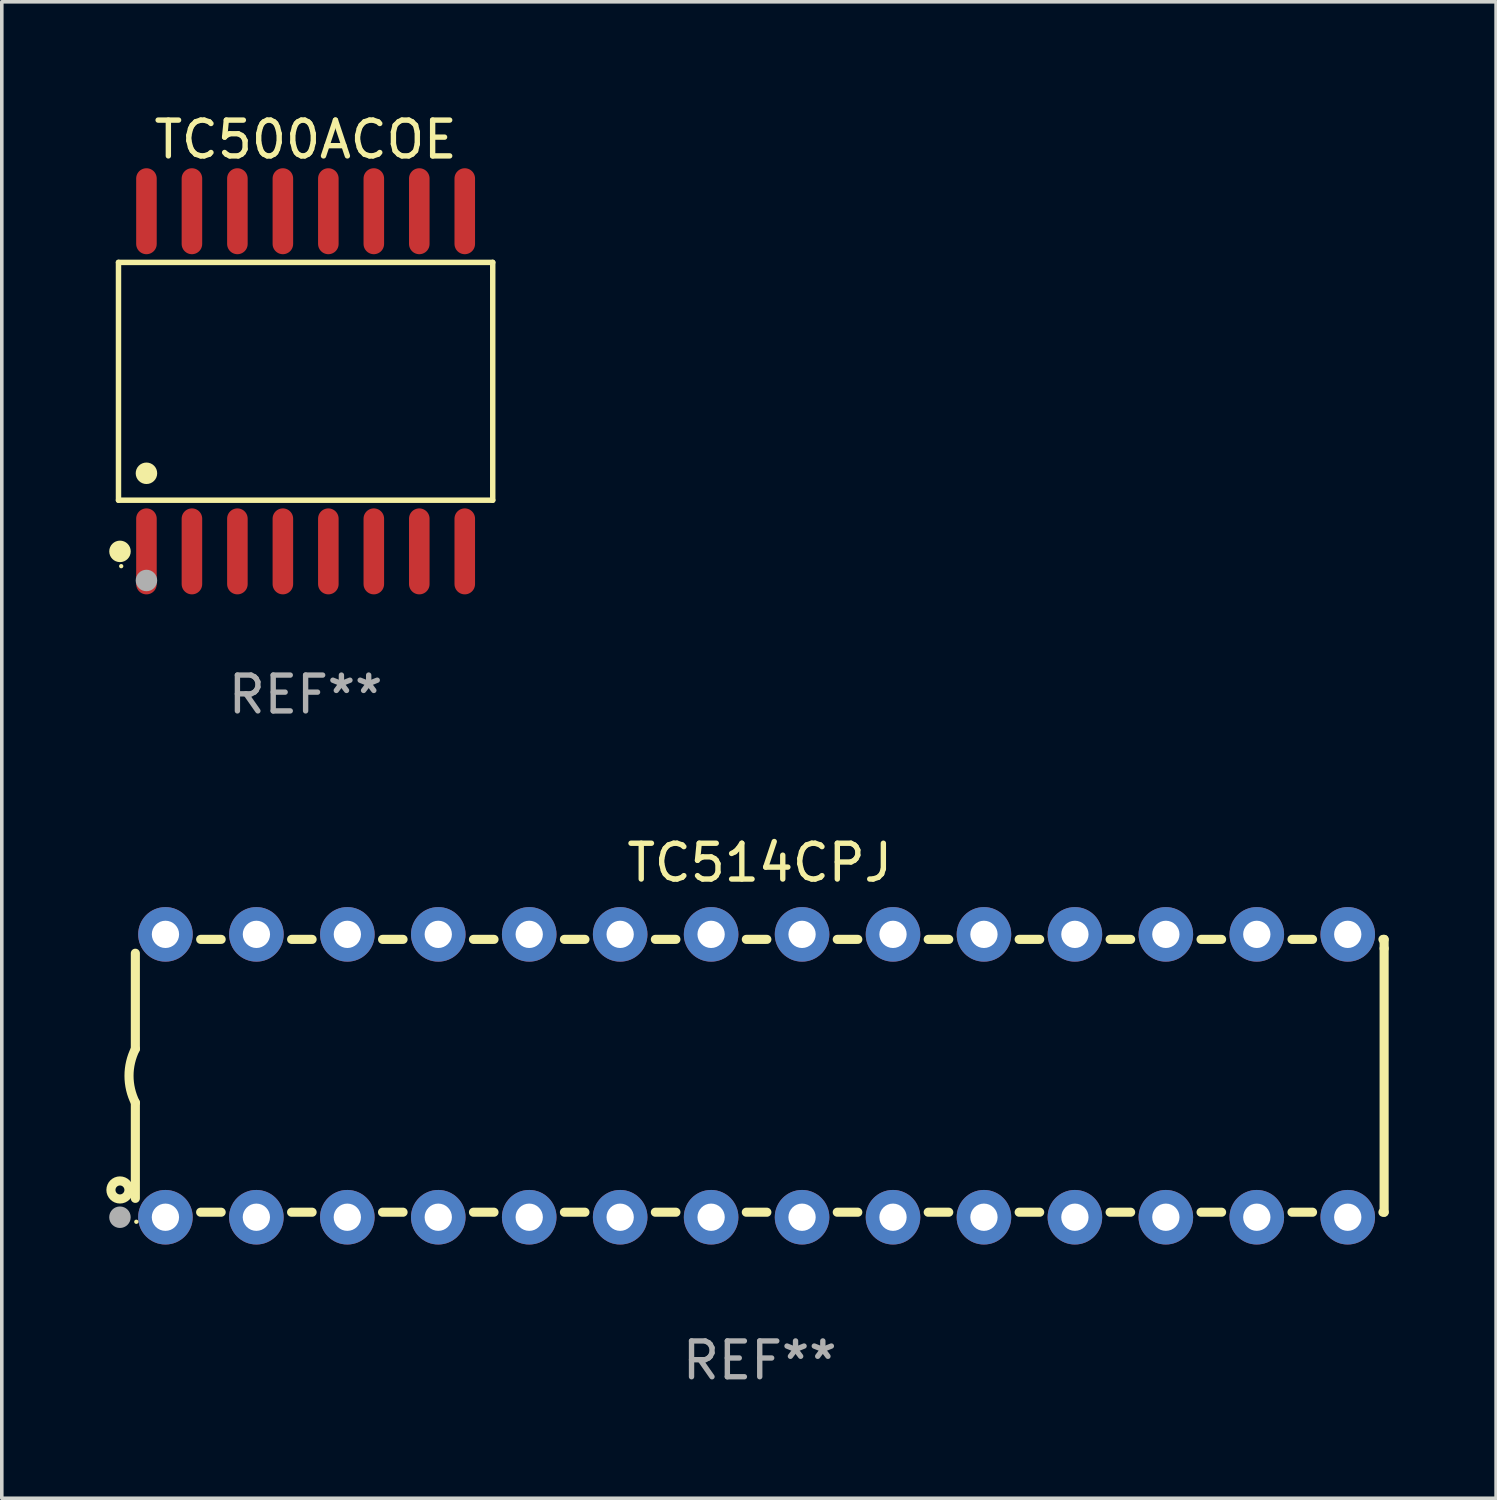
<source format=kicad_pcb>
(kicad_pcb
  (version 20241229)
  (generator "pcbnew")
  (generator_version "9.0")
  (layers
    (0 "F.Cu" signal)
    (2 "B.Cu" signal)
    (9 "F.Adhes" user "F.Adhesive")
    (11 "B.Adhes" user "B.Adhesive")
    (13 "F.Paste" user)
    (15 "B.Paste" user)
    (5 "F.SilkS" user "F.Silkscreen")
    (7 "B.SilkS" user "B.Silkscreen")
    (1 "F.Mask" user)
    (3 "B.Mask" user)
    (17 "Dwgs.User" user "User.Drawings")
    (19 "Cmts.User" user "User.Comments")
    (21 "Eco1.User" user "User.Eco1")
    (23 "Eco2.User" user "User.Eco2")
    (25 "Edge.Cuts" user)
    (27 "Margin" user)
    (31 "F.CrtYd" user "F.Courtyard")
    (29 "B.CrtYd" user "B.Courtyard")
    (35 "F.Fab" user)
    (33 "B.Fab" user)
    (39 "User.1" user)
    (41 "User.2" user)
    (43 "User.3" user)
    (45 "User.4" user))
  (footprint "TC500ACOE"
    (layer "F.Cu")
    (at 5.485 7.599)
    (property "Reference" "TC500ACOE" (at 0 -6.75 0) (layer "F.SilkS") (effects (font (size 1 1) (thickness 0.15))))
    (attr through_hole)
    (fp_line (start -5.226 -3.321) (end 5.226 -3.321) (stroke (width 0.152) (type solid)) (layer "F.SilkS"))
    (fp_line (start -5.226 3.321) (end -5.226 -3.321) (stroke (width 0.152) (type solid)) (layer "F.SilkS"))
    (fp_line (start 5.226 -3.321) (end 5.226 3.321) (stroke (width 0.152) (type solid)) (layer "F.SilkS"))
    (fp_line (start 5.226 3.321) (end -5.226 3.321) (stroke (width 0.152) (type solid)) (layer "F.SilkS"))
    (fp_circle (center -5.184 4.75) (end -5.034 4.75) (stroke (width 0.3) (type solid)) (fill no) (layer "F.SilkS"))
    (fp_circle (center -5.15 5.163) (end -5.12 5.163) (stroke (width 0.06) (type solid)) (fill no) (layer "F.SilkS"))
    (fp_circle (center -4.445 2.569) (end -4.295 2.569) (stroke (width 0.3) (type solid)) (fill no) (layer "F.SilkS"))
    (fp_circle (center -4.445 5.563) (end -4.295 5.563) (stroke (width 0.3) (type solid)) (fill no) (layer "F.Fab"))
    (fp_text user "REF**" (at 0 8.75 0) (layer "F.Fab") (effects (font (size 1 1) (thickness 0.15))))
    (pad "1" smd oval (at -4.445 4.75) (size 0.574 2.401) (layers "F.Cu" "F.Mask" "F.Paste"))
    (pad "2" smd oval (at -3.175 4.75) (size 0.574 2.401) (layers "F.Cu" "F.Mask" "F.Paste"))
    (pad "3" smd oval (at -1.905 4.75) (size 0.574 2.401) (layers "F.Cu" "F.Mask" "F.Paste"))
    (pad "4" smd oval (at -0.635 4.75) (size 0.574 2.401) (layers "F.Cu" "F.Mask" "F.Paste"))
    (pad "5" smd oval (at 0.635 4.75) (size 0.574 2.401) (layers "F.Cu" "F.Mask" "F.Paste"))
    (pad "6" smd oval (at 1.905 4.75) (size 0.574 2.401) (layers "F.Cu" "F.Mask" "F.Paste"))
    (pad "7" smd oval (at 3.175 4.75) (size 0.574 2.401) (layers "F.Cu" "F.Mask" "F.Paste"))
    (pad "8" smd oval (at 4.445 4.75) (size 0.574 2.401) (layers "F.Cu" "F.Mask" "F.Paste"))
    (pad "9" smd oval (at 4.445 -4.75) (size 0.574 2.401) (layers "F.Cu" "F.Mask" "F.Paste"))
    (pad "10" smd oval (at 3.175 -4.75) (size 0.574 2.401) (layers "F.Cu" "F.Mask" "F.Paste"))
    (pad "11" smd oval (at 1.905 -4.75) (size 0.574 2.401) (layers "F.Cu" "F.Mask" "F.Paste"))
    (pad "12" smd oval (at 0.635 -4.75) (size 0.574 2.401) (layers "F.Cu" "F.Mask" "F.Paste"))
    (pad "13" smd oval (at -0.635 -4.75) (size 0.574 2.401) (layers "F.Cu" "F.Mask" "F.Paste"))
    (pad "14" smd oval (at -1.905 -4.75) (size 0.574 2.401) (layers "F.Cu" "F.Mask" "F.Paste"))
    (pad "15" smd oval (at -3.175 -4.75) (size 0.574 2.401) (layers "F.Cu" "F.Mask" "F.Paste"))
    (pad "16" smd oval (at -4.445 -4.75) (size 0.574 2.401) (layers "F.Cu" "F.Mask" "F.Paste")))
  (footprint "TC514CPJ"
    (layer "F.Cu")
    (at 18.168 26.995)
    (property "Reference" "TC514CPJ" (at 0 -5.95 0) (layer "F.SilkS") (effects (font (size 1 1) (thickness 0.15))))
    (attr through_hole)
    (fp_line (start -17.438 0.75) (end -17.438 3.423) (stroke (width 0.254) (type solid)) (layer "F.SilkS"))
    (fp_line (start -17.438 -3.423) (end -17.438 -0.75) (stroke (width 0.254) (type solid)) (layer "F.SilkS"))
    (fp_line (start -15.615 3.81) (end -15.041 3.81) (stroke (width 0.254) (type solid)) (layer "F.SilkS"))
    (fp_line (start -15.041 -3.81) (end -15.614 -3.81) (stroke (width 0.254) (type solid)) (layer "F.SilkS"))
    (fp_line (start -13.075 3.81) (end -12.501 3.81) (stroke (width 0.254) (type solid)) (layer "F.SilkS"))
    (fp_line (start -12.501 -3.81) (end -13.074 -3.81) (stroke (width 0.254) (type solid)) (layer "F.SilkS"))
    (fp_line (start -10.535 3.81) (end -9.961 3.81) (stroke (width 0.254) (type solid)) (layer "F.SilkS"))
    (fp_line (start -9.961 -3.81) (end -10.534 -3.81) (stroke (width 0.254) (type solid)) (layer "F.SilkS"))
    (fp_line (start -7.995 3.81) (end -7.421 3.81) (stroke (width 0.254) (type solid)) (layer "F.SilkS"))
    (fp_line (start -7.421 -3.81) (end -7.995 -3.81) (stroke (width 0.254) (type solid)) (layer "F.SilkS"))
    (fp_line (start -5.455 3.81) (end -4.881 3.81) (stroke (width 0.254) (type solid)) (layer "F.SilkS"))
    (fp_line (start -4.881 -3.81) (end -5.455 -3.81) (stroke (width 0.254) (type solid)) (layer "F.SilkS"))
    (fp_line (start -2.915 3.81) (end -2.341 3.81) (stroke (width 0.254) (type solid)) (layer "F.SilkS"))
    (fp_line (start -2.341 -3.81) (end -2.915 -3.81) (stroke (width 0.254) (type solid)) (layer "F.SilkS"))
    (fp_line (start -0.375 3.81) (end 0.199 3.81) (stroke (width 0.254) (type solid)) (layer "F.SilkS"))
    (fp_line (start 0.199 -3.81) (end -0.375 -3.81) (stroke (width 0.254) (type solid)) (layer "F.SilkS"))
    (fp_line (start 2.165 3.81) (end 2.739 3.81) (stroke (width 0.254) (type solid)) (layer "F.SilkS"))
    (fp_line (start 2.739 -3.81) (end 2.165 -3.81) (stroke (width 0.254) (type solid)) (layer "F.SilkS"))
    (fp_line (start 4.705 3.81) (end 5.279 3.81) (stroke (width 0.254) (type solid)) (layer "F.SilkS"))
    (fp_line (start 5.279 -3.81) (end 4.705 -3.81) (stroke (width 0.254) (type solid)) (layer "F.SilkS"))
    (fp_line (start 7.245 3.81) (end 7.819 3.81) (stroke (width 0.254) (type solid)) (layer "F.SilkS"))
    (fp_line (start 7.819 -3.81) (end 7.245 -3.81) (stroke (width 0.254) (type solid)) (layer "F.SilkS"))
    (fp_line (start 9.785 3.81) (end 10.359 3.81) (stroke (width 0.254) (type solid)) (layer "F.SilkS"))
    (fp_line (start 10.359 -3.81) (end 9.785 -3.81) (stroke (width 0.254) (type solid)) (layer "F.SilkS"))
    (fp_line (start 12.325 3.81) (end 12.899 3.81) (stroke (width 0.254) (type solid)) (layer "F.SilkS"))
    (fp_line (start 12.899 -3.81) (end 12.325 -3.81) (stroke (width 0.254) (type solid)) (layer "F.SilkS"))
    (fp_line (start 14.865 3.81) (end 15.439 3.81) (stroke (width 0.254) (type solid)) (layer "F.SilkS"))
    (fp_line (start 15.439 -3.81) (end 14.865 -3.81) (stroke (width 0.254) (type solid)) (layer "F.SilkS"))
    (fp_line (start 17.405 3.81) (end 17.438 3.81) (stroke (width 0.254) (type solid)) (layer "F.SilkS"))
    (fp_line (start 17.438 -3.81) (end 17.405 -3.81) (stroke (width 0.254) (type solid)) (layer "F.SilkS"))
    (fp_line (start 17.438 -3.556) (end 17.438 -3.81) (stroke (width 0.254) (type solid)) (layer "F.SilkS"))
    (fp_line (start 17.438 3.81) (end 17.438 -3.556) (stroke (width 0.254) (type solid)) (layer "F.SilkS"))
    (fp_arc (start -17.437986 0.749657) (mid -17.614887 -0.000024) (end -17.437783 -0.749657) (stroke (width 0.254001) (type solid)) (layer "F.SilkS"))
    (fp_circle (center -17.868 3.188) (end -17.743 3.188) (stroke (width 0.254) (type solid)) (fill no) (layer "F.SilkS"))
    (fp_circle (center -17.411 4.077) (end -17.381 4.077) (stroke (width 0.06) (type solid)) (fill no) (layer "F.SilkS"))
    (fp_circle (center -17.868 3.95) (end -17.718 3.95) (stroke (width 0.3) (type solid)) (fill no) (layer "F.Fab"))
    (fp_text user "REF**" (at 0 7.95 0) (layer "F.Fab") (effects (font (size 1 1) (thickness 0.15))))
    (pad "1" thru_hole circle (at -16.598 3.95) (size 1.524 1.524) (drill 0.762) (layers "*.Cu" "*.Mask"))
    (pad "2" thru_hole circle (at -14.058 3.95) (size 1.524 1.524) (drill 0.762) (layers "*.Cu" "*.Mask"))
    (pad "3" thru_hole circle (at -11.518 3.95) (size 1.524 1.524) (drill 0.762) (layers "*.Cu" "*.Mask"))
    (pad "4" thru_hole circle (at -8.978 3.95) (size 1.524 1.524) (drill 0.762) (layers "*.Cu" "*.Mask"))
    (pad "5" thru_hole circle (at -6.438 3.95) (size 1.524 1.524) (drill 0.762) (layers "*.Cu" "*.Mask"))
    (pad "6" thru_hole circle (at -3.898 3.95) (size 1.524 1.524) (drill 0.762) (layers "*.Cu" "*.Mask"))
    (pad "7" thru_hole circle (at -1.358 3.95) (size 1.524 1.524) (drill 0.762) (layers "*.Cu" "*.Mask"))
    (pad "8" thru_hole circle (at 1.182 3.95) (size 1.524 1.524) (drill 0.762) (layers "*.Cu" "*.Mask"))
    (pad "9" thru_hole circle (at 3.722 3.95) (size 1.524 1.524) (drill 0.762) (layers "*.Cu" "*.Mask"))
    (pad "10" thru_hole circle (at 6.262 3.95) (size 1.524 1.524) (drill 0.762) (layers "*.Cu" "*.Mask"))
    (pad "11" thru_hole circle (at 8.802 3.95) (size 1.524 1.524) (drill 0.762) (layers "*.Cu" "*.Mask"))
    (pad "12" thru_hole circle (at 11.342 3.95) (size 1.524 1.524) (drill 0.762) (layers "*.Cu" "*.Mask"))
    (pad "13" thru_hole circle (at 13.882 3.95) (size 1.524 1.524) (drill 0.762) (layers "*.Cu" "*.Mask"))
    (pad "14" thru_hole circle (at 16.422 3.95) (size 1.524 1.524) (drill 0.762) (layers "*.Cu" "*.Mask"))
    (pad "15" thru_hole circle (at 16.422 -3.95) (size 1.524 1.524) (drill 0.762) (layers "*.Cu" "*.Mask"))
    (pad "16" thru_hole circle (at 13.882 -3.95) (size 1.524 1.524) (drill 0.762) (layers "*.Cu" "*.Mask"))
    (pad "17" thru_hole circle (at 11.342 -3.95) (size 1.524 1.524) (drill 0.762) (layers "*.Cu" "*.Mask"))
    (pad "18" thru_hole circle (at 8.802 -3.95) (size 1.524 1.524) (drill 0.762) (layers "*.Cu" "*.Mask"))
    (pad "19" thru_hole circle (at 6.262 -3.95) (size 1.524 1.524) (drill 0.762) (layers "*.Cu" "*.Mask"))
    (pad "20" thru_hole circle (at 3.722 -3.95) (size 1.524 1.524) (drill 0.762) (layers "*.Cu" "*.Mask"))
    (pad "21" thru_hole circle (at 1.182 -3.95) (size 1.524 1.524) (drill 0.762) (layers "*.Cu" "*.Mask"))
    (pad "22" thru_hole circle (at -1.358 -3.95) (size 1.524 1.524) (drill 0.762) (layers "*.Cu" "*.Mask"))
    (pad "23" thru_hole circle (at -3.898 -3.95) (size 1.524 1.524) (drill 0.762) (layers "*.Cu" "*.Mask"))
    (pad "24" thru_hole circle (at -6.438 -3.95) (size 1.524 1.524) (drill 0.762) (layers "*.Cu" "*.Mask"))
    (pad "25" thru_hole circle (at -8.978 -3.95) (size 1.524 1.524) (drill 0.762) (layers "*.Cu" "*.Mask"))
    (pad "26" thru_hole circle (at -11.517 -3.95) (size 1.524 1.524) (drill 0.762) (layers "*.Cu" "*.Mask"))
    (pad "27" thru_hole circle (at -14.057 -3.95) (size 1.524 1.524) (drill 0.762) (layers "*.Cu" "*.Mask"))
    (pad "28" thru_hole circle (at -16.597 -3.95) (size 1.524 1.524) (drill 0.762) (layers "*.Cu" "*.Mask")))
  (gr_rect
    (start -3 -3)
    (end 38.733 38.794)
    (stroke (width 0.1) (type default))
    (fill no)
    (layer "Edge.Cuts")))
</source>
